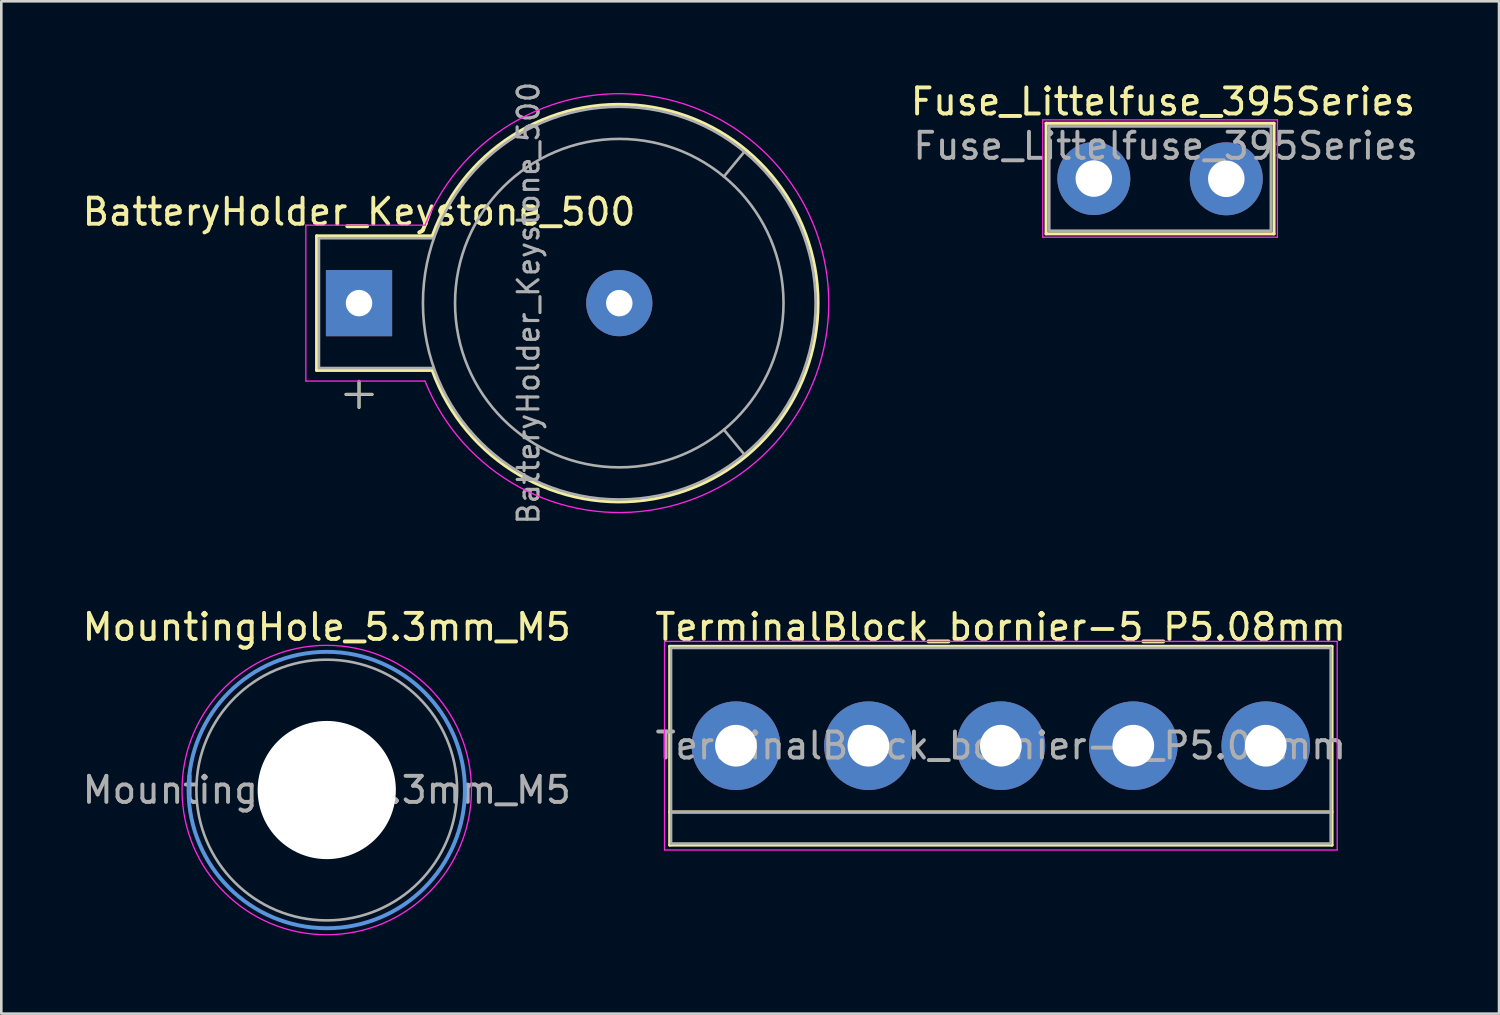
<source format=kicad_pcb>
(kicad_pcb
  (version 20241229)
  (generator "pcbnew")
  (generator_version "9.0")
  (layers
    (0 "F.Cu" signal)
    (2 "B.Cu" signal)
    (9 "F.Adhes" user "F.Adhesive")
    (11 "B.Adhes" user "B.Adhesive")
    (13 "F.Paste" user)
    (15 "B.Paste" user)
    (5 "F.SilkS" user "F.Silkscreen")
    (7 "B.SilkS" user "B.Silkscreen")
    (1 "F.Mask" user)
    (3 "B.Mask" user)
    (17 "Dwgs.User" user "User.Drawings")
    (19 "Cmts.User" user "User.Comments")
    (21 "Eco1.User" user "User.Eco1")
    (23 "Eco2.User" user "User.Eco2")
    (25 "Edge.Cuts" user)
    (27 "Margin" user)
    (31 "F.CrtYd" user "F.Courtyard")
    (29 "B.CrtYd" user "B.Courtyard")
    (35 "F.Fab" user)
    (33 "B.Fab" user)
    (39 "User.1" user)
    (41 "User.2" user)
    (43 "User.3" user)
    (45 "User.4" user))
  (footprint "Fuse_Littelfuse_395Series"
    (layer "F.Cu")
    (at 38.903 3.798)
    (property "Reference" "Fuse_Littelfuse_395Series" (at 2.65 -2.95 0) (layer "F.SilkS") (effects (font (size 1 1) (thickness 0.15))))
    (attr through_hole)
    (fp_line (start -1.83 -2.12) (end -1.83 2.12) (stroke (width 0.12) (type solid)) (layer "F.SilkS"))
    (fp_line (start -1.83 -2.12) (end 6.91 -2.12) (stroke (width 0.12) (type solid)) (layer "F.SilkS"))
    (fp_line (start 6.91 2.12) (end -1.83 2.12) (stroke (width 0.12) (type solid)) (layer "F.SilkS"))
    (fp_line (start 6.91 2.12) (end 6.91 -2.12) (stroke (width 0.12) (type solid)) (layer "F.SilkS"))
    (fp_line (start -1.96 -2.25) (end -1.96 2.25) (stroke (width 0.05) (type solid)) (layer "F.CrtYd"))
    (fp_line (start -1.96 -2.25) (end 7.04 -2.25) (stroke (width 0.05) (type solid)) (layer "F.CrtYd"))
    (fp_line (start 7.04 2.25) (end -1.96 2.25) (stroke (width 0.05) (type solid)) (layer "F.CrtYd"))
    (fp_line (start 7.04 2.25) (end 7.04 -2.25) (stroke (width 0.05) (type solid)) (layer "F.CrtYd"))
    (fp_line (start -1.71 -2) (end -1.71 2) (stroke (width 0.1) (type solid)) (layer "F.Fab"))
    (fp_line (start -1.71 2) (end 6.79 2) (stroke (width 0.1) (type solid)) (layer "F.Fab"))
    (fp_line (start 6.79 -2) (end -1.71 -2) (stroke (width 0.1) (type solid)) (layer "F.Fab"))
    (fp_line (start 6.79 2) (end 6.79 -2) (stroke (width 0.1) (type solid)) (layer "F.Fab"))
    (fp_text user "${REFERENCE}" (at 2.75 -1.25 0) (layer "F.Fab") (effects (font (size 1 1) (thickness 0.15))))
    (pad "1" thru_hole circle (at 0 0) (size 2.8 2.8) (drill 1.4) (layers "*.Cu" "*.Mask"))
    (pad "2" thru_hole circle (at 5.08 0.01) (size 2.8 2.8) (drill 1.4) (layers "*.Cu" "*.Mask")))
  (footprint "MountingHole_5.3mm_M5"
    (layer "F.Cu")
    (at 9.482 27.251)
    (property "Reference" "MountingHole_5.3mm_M5" (at 0 -6.25 0) (layer "F.SilkS") (effects (font (size 1 1) (thickness 0.15))))
    (attr exclude_from_pos_files exclude_from_bom)
    (fp_circle (center 0 0) (end 5.3 0) (stroke (width 0.15) (type solid)) (fill no) (layer "Cmts.User"))
    (fp_circle (center 0 0) (end 5.55 0) (stroke (width 0.05) (type solid)) (fill no) (layer "F.CrtYd"))
    (fp_circle (center 0 0) (end 3 4) (stroke (width 0.1) (type default)) (fill no) (layer "F.Fab"))
    (fp_text user "${REFERENCE}" (at 0 0 0) (layer "F.Fab") (effects (font (size 1 1) (thickness 0.15))))
    (pad "" np_thru_hole circle (at 0 0) (size 5.3 5.3) (drill 5.3) (layers "*.Cu" "*.Mask")))
  (footprint "TerminalBlock_bornier-5_P5.08mm"
    (layer "F.Cu")
    (at 25.177 25.551)
    (property "Reference" "TerminalBlock_bornier-5_P5.08mm" (at 10.15 -4.55 0) (layer "F.SilkS") (effects (font (size 1 1) (thickness 0.15))))
    (attr through_hole)
    (fp_line (start -2.54 -3.81) (end -2.54 3.81) (stroke (width 0.12) (type solid)) (layer "F.SilkS"))
    (fp_line (start -2.54 -3.81) (end 22.86 -3.81) (stroke (width 0.12) (type solid)) (layer "F.SilkS"))
    (fp_line (start -2.54 2.54) (end 22.86 2.54) (stroke (width 0.12) (type solid)) (layer "F.SilkS"))
    (fp_line (start -2.54 3.81) (end 22.86 3.81) (stroke (width 0.12) (type solid)) (layer "F.SilkS"))
    (fp_line (start 22.86 -3.81) (end 22.86 3.81) (stroke (width 0.12) (type solid)) (layer "F.SilkS"))
    (fp_line (start -2.74 -4) (end -2.74 4) (stroke (width 0.05) (type solid)) (layer "F.CrtYd"))
    (fp_line (start -2.74 -4) (end 23.06 -4) (stroke (width 0.05) (type solid)) (layer "F.CrtYd"))
    (fp_line (start 23.06 4) (end -2.74 4) (stroke (width 0.05) (type solid)) (layer "F.CrtYd"))
    (fp_line (start 23.06 4) (end 23.06 -4) (stroke (width 0.05) (type solid)) (layer "F.CrtYd"))
    (fp_line (start -2.49 -3.75) (end -2.49 3.75) (stroke (width 0.1) (type solid)) (layer "F.Fab"))
    (fp_line (start -2.49 2.55) (end 22.81 2.55) (stroke (width 0.1) (type solid)) (layer "F.Fab"))
    (fp_line (start -2.49 3.75) (end 22.81 3.75) (stroke (width 0.1) (type solid)) (layer "F.Fab"))
    (fp_line (start 22.81 -3.75) (end -2.49 -3.75) (stroke (width 0.1) (type solid)) (layer "F.Fab"))
    (fp_line (start 22.81 3.75) (end 22.81 -3.75) (stroke (width 0.1) (type solid)) (layer "F.Fab"))
    (fp_text user "${REFERENCE}" (at 10.16 0 0) (layer "F.Fab") (effects (font (size 1 1) (thickness 0.15))))
    (pad "1" thru_hole circle (at 0 0) (size 3.4 3.4) (drill 1.6) (layers "*.Cu" "*.Mask"))
    (pad "2" thru_hole circle (at 5.08 0) (size 3.4 3.4) (drill 1.6) (layers "*.Cu" "*.Mask"))
    (pad "3" thru_hole circle (at 10.16 0) (size 3.4 3.4) (drill 1.6) (layers "*.Cu" "*.Mask"))
    (pad "4" thru_hole circle (at 15.24 0) (size 3.4 3.4) (drill 1.6) (layers "*.Cu" "*.Mask"))
    (pad "5" thru_hole circle (at 20.32 0) (size 3.4 3.4) (drill 1.6) (layers "*.Cu" "*.Mask")))
  (footprint "BatteryHolder_Keystone_500"
    (layer "F.Cu")
    (at 10.72 8.576)
    (property "Reference" "BatteryHolder_Keystone_500" (at 0 -3.5 0) (layer "F.SilkS") (effects (font (size 1 1) (thickness 0.15))))
    (attr through_hole)
    (fp_line (start -1.626 -2.578) (end -1.626 2.578) (stroke (width 0.12) (type default)) (layer "F.SilkS"))
    (fp_line (start -1.626 -2.578) (end 2.81 -2.578) (stroke (width 0.12) (type solid)) (layer "F.SilkS"))
    (fp_line (start -1.626 2.578) (end 2.81 2.578) (stroke (width 0.12) (type solid)) (layer "F.SilkS"))
    (fp_line (start 0 3) (end 0 4) (stroke (width 0.12) (type default)) (layer "F.SilkS"))
    (fp_line (start 0.5 3.5) (end -0.5 3.5) (stroke (width 0.12) (type default)) (layer "F.SilkS"))
    (fp_arc (start 2.81 -2.5781) (mid 17.603686 0) (end 2.81 2.5781) (stroke (width 0.12) (type default)) (layer "F.SilkS"))
    (fp_line (start -2.04 -2.99) (end 2.53 -2.99) (stroke (width 0.05) (type solid)) (layer "F.CrtYd"))
    (fp_line (start -2.04 2.99) (end -2.04 -2.99) (stroke (width 0.05) (type solid)) (layer "F.CrtYd"))
    (fp_line (start -2.04 2.99) (end 2.53 2.99) (stroke (width 0.05) (type solid)) (layer "F.CrtYd"))
    (fp_arc (start 2.53 -2.99) (mid 18.015634 0) (end 2.53 2.99) (stroke (width 0.05) (type default)) (layer "F.CrtYd"))
    (fp_line (start -1.537 -2.489) (end 2.87 -2.489) (stroke (width 0.1) (type solid)) (layer "F.Fab"))
    (fp_line (start -1.537 2.489) (end -1.537 -2.489) (stroke (width 0.1) (type solid)) (layer "F.Fab"))
    (fp_line (start -1.537 2.489) (end 2.87 2.489) (stroke (width 0.1) (type solid)) (layer "F.Fab"))
    (fp_line (start 0 3) (end 0 4) (stroke (width 0.1) (type default)) (layer "F.Fab"))
    (fp_line (start 0.5 3.5) (end -0.5 3.5) (stroke (width 0.1) (type default)) (layer "F.Fab"))
    (fp_line (start 13.995 -4.856) (end 14.771 -5.796) (stroke (width 0.1) (type solid)) (layer "F.Fab"))
    (fp_line (start 13.995 4.856) (end 14.771 5.796) (stroke (width 0.1) (type solid)) (layer "F.Fab"))
    (fp_circle (center 9.982 0) (end 16.281 0) (stroke (width 0.1) (type solid)) (fill no) (layer "F.Fab"))
    (fp_circle (center 9.982 0) (end 17.513 0) (stroke (width 0.1) (type default)) (fill no) (layer "F.Fab"))
    (fp_text user "${REFERENCE}" (at 6.5 0 90) (layer "F.Fab") (effects (font (size 0.8 0.8) (thickness 0.12))))
    (pad "1" thru_hole rect (at 0 0) (size 2.54 2.54) (drill 1.016) (layers "*.Cu" "*.Mask"))
    (pad "2" thru_hole circle (at 9.982 0) (size 2.54 2.54) (drill 1.016) (layers "*.Cu" "*.Mask")))
  (gr_rect
    (start -3 -3)
    (end 54.444 35.826)
    (stroke (width 0.1) (type default))
    (fill no)
    (layer "Edge.Cuts")))
</source>
